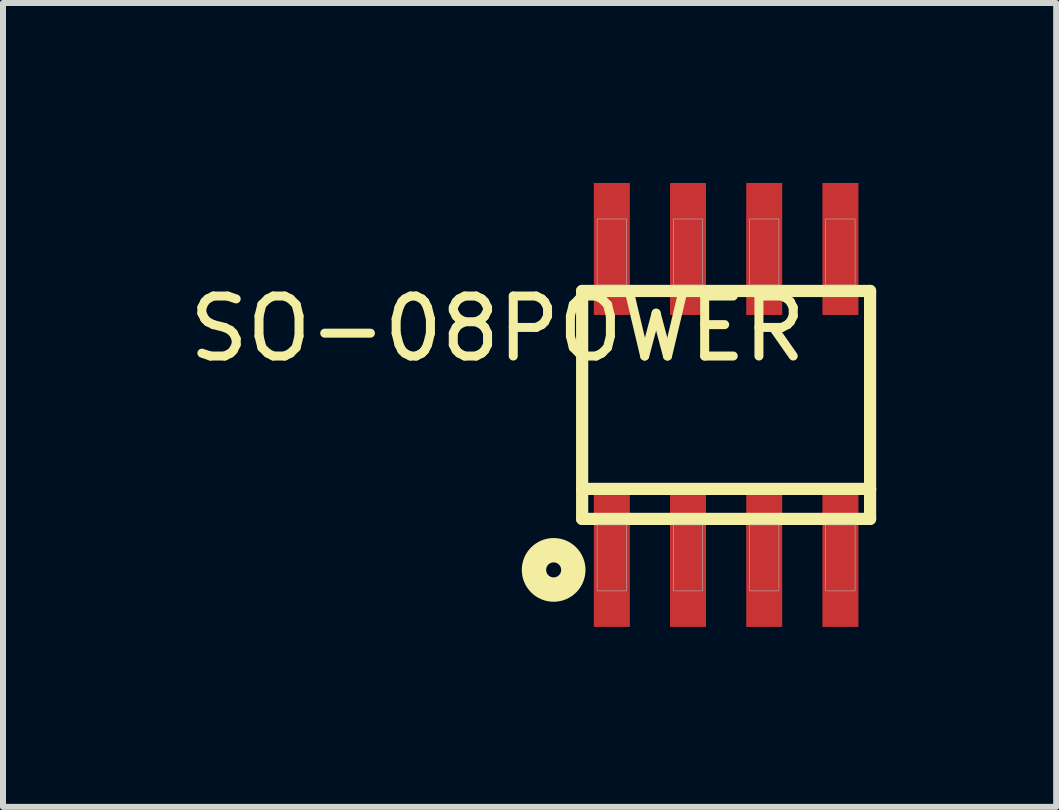
<source format=kicad_pcb>
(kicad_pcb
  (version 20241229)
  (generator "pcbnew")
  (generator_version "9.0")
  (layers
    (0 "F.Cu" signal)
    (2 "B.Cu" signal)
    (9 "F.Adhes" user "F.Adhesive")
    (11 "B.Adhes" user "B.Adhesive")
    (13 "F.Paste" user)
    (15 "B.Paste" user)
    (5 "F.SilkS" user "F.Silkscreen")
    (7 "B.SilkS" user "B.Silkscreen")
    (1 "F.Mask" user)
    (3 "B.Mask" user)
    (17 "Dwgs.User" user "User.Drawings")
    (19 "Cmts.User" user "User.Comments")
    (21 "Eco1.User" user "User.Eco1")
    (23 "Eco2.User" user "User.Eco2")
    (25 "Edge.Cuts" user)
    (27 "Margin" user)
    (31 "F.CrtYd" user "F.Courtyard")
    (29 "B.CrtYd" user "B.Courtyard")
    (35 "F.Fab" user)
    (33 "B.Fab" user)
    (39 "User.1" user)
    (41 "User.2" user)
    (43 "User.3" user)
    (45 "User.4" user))
  (footprint "SO-08POWER"
    (layer "F.Cu")
    (at 9.054 3.7)
    (property "Reference" "SO-08POWER" (at -3.81 -1.27 180) (layer "F.SilkS") (effects (font (size 1 1) (thickness 0.15))))
    (attr smd)
    (fp_poly (pts (xy -1.778 -1.27) (xy 1.778 -1.27) (xy 1.778 1.27) (xy -1.778 1.27)) (stroke (width 0.01) (type solid)) (fill yes) (layer "B.Mask"))
    (fp_line (start -2.4 -1.9) (end 2.4 -1.9) (stroke (width 0.203) (type solid)) (layer "F.SilkS"))
    (fp_line (start -2.4 1.4) (end -2.4 -1.9) (stroke (width 0.203) (type solid)) (layer "F.SilkS"))
    (fp_line (start -2.4 1.9) (end -2.4 1.4) (stroke (width 0.203) (type solid)) (layer "F.SilkS"))
    (fp_line (start 2.4 -1.9) (end 2.4 1.4) (stroke (width 0.203) (type solid)) (layer "F.SilkS"))
    (fp_line (start 2.4 1.4) (end -2.4 1.4) (stroke (width 0.203) (type solid)) (layer "F.SilkS"))
    (fp_line (start 2.4 1.4) (end 2.4 1.9) (stroke (width 0.203) (type solid)) (layer "F.SilkS"))
    (fp_line (start 2.4 1.9) (end -2.4 1.9) (stroke (width 0.203) (type solid)) (layer "F.SilkS"))
    (fp_circle (center -2.875 2.75) (end -2.75 2.75) (stroke (width 0.406) (type solid)) (fill no) (layer "F.SilkS"))
    (fp_poly (pts (xy -2.15 -3.1) (xy -1.66 -3.1) (xy -1.66 -2) (xy -2.15 -2)) (stroke (width 0.01) (type solid)) (fill no) (layer "F.Fab"))
    (fp_poly (pts (xy -2.15 2) (xy -1.66 2) (xy -1.66 3.1) (xy -2.15 3.1)) (stroke (width 0.01) (type solid)) (fill no) (layer "F.Fab"))
    (fp_poly (pts (xy -0.88 -3.1) (xy -0.39 -3.1) (xy -0.39 -2) (xy -0.88 -2)) (stroke (width 0.01) (type solid)) (fill no) (layer "F.Fab"))
    (fp_poly (pts (xy -0.88 2) (xy -0.39 2) (xy -0.39 3.1) (xy -0.88 3.1)) (stroke (width 0.01) (type solid)) (fill no) (layer "F.Fab"))
    (fp_poly (pts (xy 0.39 -3.1) (xy 0.88 -3.1) (xy 0.88 -2) (xy 0.39 -2)) (stroke (width 0.01) (type solid)) (fill no) (layer "F.Fab"))
    (fp_poly (pts (xy 0.39 2) (xy 0.88 2) (xy 0.88 3.1) (xy 0.39 3.1)) (stroke (width 0.01) (type solid)) (fill no) (layer "F.Fab"))
    (fp_poly (pts (xy 1.66 -3.1) (xy 2.15 -3.1) (xy 2.15 -2) (xy 1.66 -2)) (stroke (width 0.01) (type solid)) (fill no) (layer "F.Fab"))
    (fp_poly (pts (xy 1.66 2) (xy 2.15 2) (xy 2.15 3.1) (xy 1.66 3.1)) (stroke (width 0.01) (type solid)) (fill no) (layer "F.Fab"))
    (pad "1" smd rect (at -1.905 2.6) (size 0.6 2.2) (layers "F.Cu" "F.Mask" "F.Paste"))
    (pad "2" smd rect (at -0.635 2.6) (size 0.6 2.2) (layers "F.Cu" "F.Mask" "F.Paste"))
    (pad "3" smd rect (at 0.635 2.6) (size 0.6 2.2) (layers "F.Cu" "F.Mask" "F.Paste"))
    (pad "4" smd rect (at 1.905 2.6) (size 0.6 2.2) (layers "F.Cu" "F.Mask" "F.Paste"))
    (pad "5" smd rect (at 1.905 -2.6) (size 0.6 2.2) (layers "F.Cu" "F.Mask" "F.Paste"))
    (pad "6" smd rect (at 0.635 -2.6) (size 0.6 2.2) (layers "F.Cu" "F.Mask" "F.Paste"))
    (pad "7" smd rect (at -0.635 -2.6) (size 0.6 2.2) (layers "F.Cu" "F.Mask" "F.Paste"))
    (pad "8" smd rect (at -1.905 -2.6) (size 0.6 2.2) (layers "F.Cu" "F.Mask" "F.Paste")))
  (gr_rect
    (start -3 -3)
    (end 14.556 10.4)
    (stroke (width 0.1) (type default))
    (fill no)
    (layer "Edge.Cuts")))
</source>
